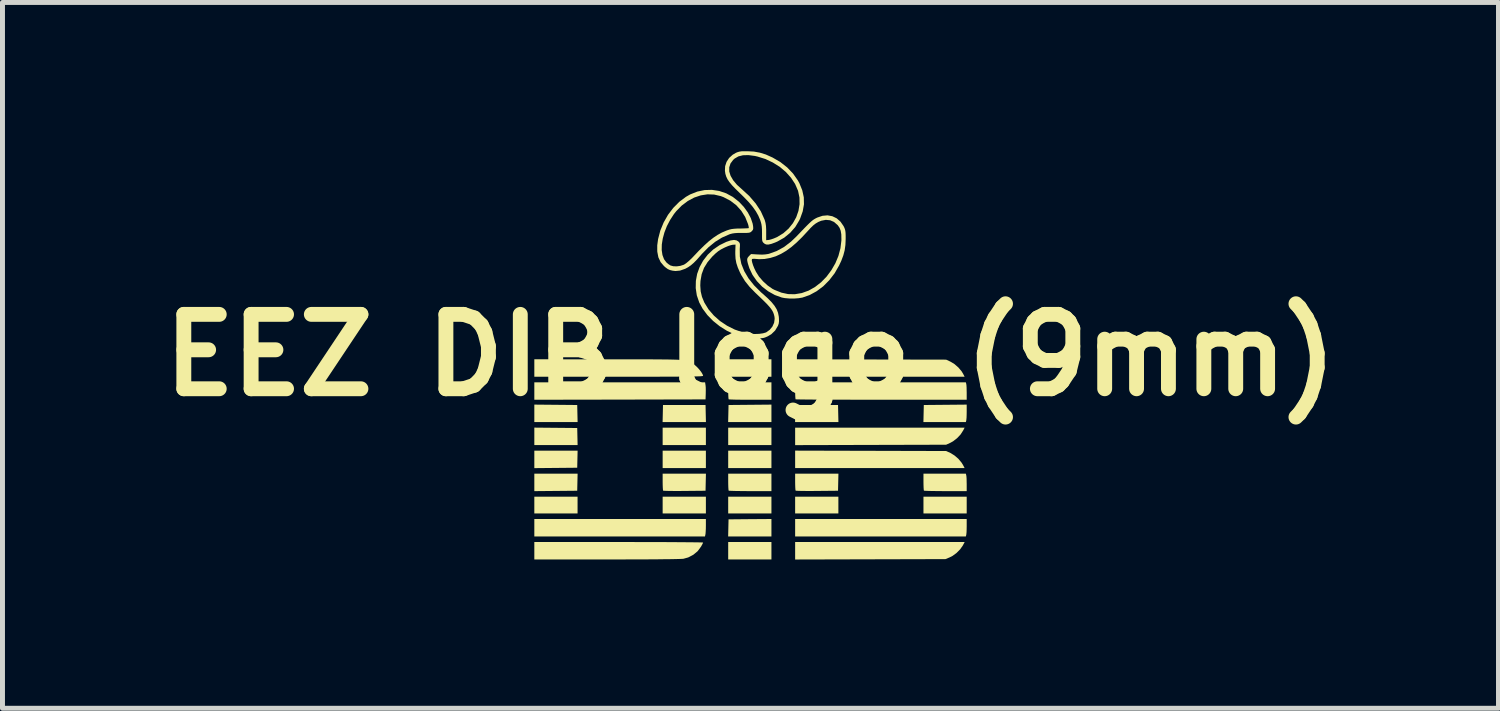
<source format=kicad_pcb>
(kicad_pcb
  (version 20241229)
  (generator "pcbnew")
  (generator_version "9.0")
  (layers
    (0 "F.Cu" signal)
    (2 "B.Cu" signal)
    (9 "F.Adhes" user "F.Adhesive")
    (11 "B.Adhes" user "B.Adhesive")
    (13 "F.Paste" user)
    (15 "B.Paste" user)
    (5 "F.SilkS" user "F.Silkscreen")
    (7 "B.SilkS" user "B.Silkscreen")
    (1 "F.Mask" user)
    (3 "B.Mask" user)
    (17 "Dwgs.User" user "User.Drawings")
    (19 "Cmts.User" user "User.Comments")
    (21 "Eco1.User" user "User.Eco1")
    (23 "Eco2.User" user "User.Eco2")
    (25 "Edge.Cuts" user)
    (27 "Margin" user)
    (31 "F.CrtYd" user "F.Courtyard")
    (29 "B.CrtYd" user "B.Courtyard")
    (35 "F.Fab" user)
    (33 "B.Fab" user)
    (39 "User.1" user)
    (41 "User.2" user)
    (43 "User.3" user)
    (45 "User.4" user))
  (footprint "EEZ DIB logo (9mm)"
    (layer "F.Cu")
    (at 12.086 4.112)
    (property "Reference" "EEZ DIB logo (9mm)" (at 0 0 0) (layer "F.SilkS") (effects (font (size 1.5 1.5) (thickness 0.3))))
    (attr exclude_from_pos_files exclude_from_bom)
    (fp_poly (pts (xy -3.927 1.002) (xy -3.495 1.006) (xy -3.491 1.178) (xy -3.487 1.35) (xy -3.923 1.35) (xy -4.36 1.35) (xy -4.36 1.174) (xy -4.36 0.998)) (stroke (width 0) (type solid)) (fill yes) (layer "F.SilkS"))
    (fp_poly (pts (xy -3.927 1.466) (xy -3.495 1.47) (xy -3.491 1.642) (xy -3.487 1.814) (xy -3.923 1.814) (xy -4.36 1.814) (xy -4.36 1.638) (xy -4.36 1.462)) (stroke (width 0) (type solid)) (fill yes) (layer "F.SilkS"))
    (fp_poly (pts (xy -3.491 2.099) (xy -3.495 2.271) (xy -3.927 2.275) (xy -4.36 2.279) (xy -4.36 2.103) (xy -4.36 1.927) (xy -3.923 1.927) (xy -3.487 1.927)) (stroke (width 0) (type solid)) (fill yes) (layer "F.SilkS"))
    (fp_poly (pts (xy -3.491 2.563) (xy -3.495 2.735) (xy -3.927 2.739) (xy -4.36 2.743) (xy -4.36 2.567) (xy -4.36 2.391) (xy -3.923 2.391) (xy -3.487 2.391)) (stroke (width 0) (type solid)) (fill yes) (layer "F.SilkS"))
    (fp_poly (pts (xy -3.488 3.024) (xy -3.488 3.193) (xy -3.924 3.193) (xy -4.36 3.193) (xy -4.36 3.024) (xy -4.36 2.855) (xy -3.924 2.855) (xy -3.488 2.855)) (stroke (width 0) (type solid)) (fill yes) (layer "F.SilkS"))
    (fp_poly (pts (xy -0.903 1.178) (xy -0.899 1.35) (xy -1.336 1.35) (xy -1.773 1.35) (xy -1.769 1.178) (xy -1.765 1.006) (xy -1.336 1.006) (xy -0.907 1.006)) (stroke (width 0) (type solid)) (fill yes) (layer "F.SilkS"))
    (fp_poly (pts (xy -0.9 1.638) (xy -0.9 1.814) (xy -1.336 1.814) (xy -1.772 1.814) (xy -1.772 1.638) (xy -1.772 1.463) (xy -1.336 1.463) (xy -0.9 1.463)) (stroke (width 0) (type solid)) (fill yes) (layer "F.SilkS"))
    (fp_poly (pts (xy -0.9 2.103) (xy -0.9 2.278) (xy -1.336 2.278) (xy -1.772 2.278) (xy -1.772 2.103) (xy -1.772 1.927) (xy -1.336 1.927) (xy -0.9 1.927)) (stroke (width 0) (type solid)) (fill yes) (layer "F.SilkS"))
    (fp_poly (pts (xy -0.9 3.024) (xy -0.9 3.193) (xy -1.336 3.193) (xy -1.772 3.193) (xy -1.772 3.024) (xy -1.772 2.855) (xy -1.336 2.855) (xy -0.9 2.855)) (stroke (width 0) (type solid)) (fill yes) (layer "F.SilkS"))
    (fp_poly (pts (xy 0.422 0.26) (xy 0.422 0.436) (xy -0.014 0.436) (xy -0.45 0.436) (xy -0.45 0.26) (xy -0.45 0.084) (xy -0.014 0.084) (xy 0.422 0.084)) (stroke (width 0) (type solid)) (fill yes) (layer "F.SilkS"))
    (fp_poly (pts (xy 0.422 1.174) (xy 0.422 1.35) (xy -0.014 1.35) (xy -0.451 1.35) (xy -0.447 1.178) (xy -0.443 1.006) (xy -0.011 1.002) (xy 0.422 0.998)) (stroke (width 0) (type solid)) (fill yes) (layer "F.SilkS"))
    (fp_poly (pts (xy 0.422 1.638) (xy 0.422 1.814) (xy -0.014 1.814) (xy -0.45 1.814) (xy -0.45 1.638) (xy -0.45 1.463) (xy -0.014 1.463) (xy 0.422 1.463)) (stroke (width 0) (type solid)) (fill yes) (layer "F.SilkS"))
    (fp_poly (pts (xy 0.422 2.103) (xy 0.422 2.278) (xy -0.014 2.278) (xy -0.45 2.278) (xy -0.45 2.103) (xy -0.45 1.927) (xy -0.014 1.927) (xy 0.422 1.927)) (stroke (width 0) (type solid)) (fill yes) (layer "F.SilkS"))
    (fp_poly (pts (xy 0.422 3.024) (xy 0.422 3.193) (xy -0.014 3.193) (xy -0.45 3.193) (xy -0.45 3.024) (xy -0.45 2.855) (xy -0.014 2.855) (xy 0.422 2.855)) (stroke (width 0) (type solid)) (fill yes) (layer "F.SilkS"))
    (fp_poly (pts (xy 0.422 3.481) (xy 0.422 3.657) (xy -0.014 3.657) (xy -0.451 3.657) (xy -0.447 3.484) (xy -0.443 3.312) (xy -0.011 3.308) (xy 0.422 3.305)) (stroke (width 0) (type solid)) (fill yes) (layer "F.SilkS"))
    (fp_poly (pts (xy 0.422 3.945) (xy 0.422 4.121) (xy -0.014 4.121) (xy -0.45 4.121) (xy -0.45 3.945) (xy -0.45 3.769) (xy -0.014 3.769) (xy 0.422 3.769)) (stroke (width 0) (type solid)) (fill yes) (layer "F.SilkS"))
    (fp_poly (pts (xy 1.769 1.178) (xy 1.773 1.35) (xy 1.336 1.35) (xy 0.899 1.35) (xy 0.903 1.178) (xy 0.907 1.006) (xy 1.336 1.006) (xy 1.765 1.006)) (stroke (width 0) (type solid)) (fill yes) (layer "F.SilkS"))
    (fp_poly (pts (xy 1.772 3.024) (xy 1.772 3.193) (xy 1.336 3.193) (xy 0.9 3.193) (xy 0.9 3.024) (xy 0.9 2.855) (xy 1.336 2.855) (xy 1.772 2.855)) (stroke (width 0) (type solid)) (fill yes) (layer "F.SilkS"))
    (fp_poly (pts (xy 4.36 3.024) (xy 4.36 3.193) (xy 3.924 3.193) (xy 3.488 3.193) (xy 3.488 3.024) (xy 3.488 2.855) (xy 3.924 2.855) (xy 4.36 2.855)) (stroke (width 0) (type solid)) (fill yes) (layer "F.SilkS"))
    (fp_poly (pts (xy -0.907 0.608) (xy -0.903 0.652) (xy -0.902 0.712) (xy -0.903 0.775) (xy -0.903 0.781) (xy -0.907 0.893) (xy -2.634 0.897) (xy -4.36 0.9) (xy -4.36 0.724) (xy -4.36 0.549) (xy -2.638 0.549) (xy -0.916 0.549)) (stroke (width 0) (type solid)) (fill yes) (layer "F.SilkS"))
    (fp_poly (pts (xy -0.9 3.437) (xy -0.901 3.501) (xy -0.904 3.559) (xy -0.907 3.601) (xy -0.909 3.613) (xy -0.918 3.657) (xy -2.639 3.657) (xy -4.36 3.657) (xy -4.36 3.481) (xy -4.36 3.305) (xy -2.63 3.305) (xy -0.9 3.305)) (stroke (width 0) (type solid)) (fill yes) (layer "F.SilkS"))
    (fp_poly (pts (xy 2.423 0.088) (xy 3.945 0.091) (xy 4.033 0.132) (xy 4.114 0.181) (xy 4.192 0.249) (xy 4.257 0.326) (xy 4.288 0.377) (xy 4.318 0.436) (xy 2.609 0.436) (xy 0.9 0.436) (xy 0.9 0.26) (xy 0.9 0.084)) (stroke (width 0) (type solid)) (fill yes) (layer "F.SilkS"))
    (fp_poly (pts (xy 2.423 1.93) (xy 3.945 1.934) (xy 4.033 1.974) (xy 4.114 2.024) (xy 4.192 2.091) (xy 4.257 2.169) (xy 4.288 2.22) (xy 4.318 2.278) (xy 2.609 2.278) (xy 0.9 2.278) (xy 0.9 2.102) (xy 0.9 1.926)) (stroke (width 0) (type solid)) (fill yes) (layer "F.SilkS"))
    (fp_poly (pts (xy 4.281 3.841) (xy 4.227 3.917) (xy 4.156 3.989) (xy 4.075 4.049) (xy 4.012 4.081) (xy 3.931 4.114) (xy 2.416 4.118) (xy 0.9 4.122) (xy 0.9 3.945) (xy 0.9 3.769) (xy 2.61 3.769) (xy 4.319 3.769)) (stroke (width 0) (type solid)) (fill yes) (layer "F.SilkS"))
    (fp_poly (pts (xy 4.288 1.521) (xy 4.236 1.601) (xy 4.165 1.676) (xy 4.085 1.738) (xy 4.033 1.767) (xy 3.945 1.807) (xy 2.423 1.811) (xy 0.9 1.815) (xy 0.9 1.639) (xy 0.9 1.463) (xy 2.609 1.463) (xy 4.318 1.463)) (stroke (width 0) (type solid)) (fill yes) (layer "F.SilkS"))
    (fp_poly (pts (xy 4.36 1.143) (xy 4.359 1.207) (xy 4.357 1.263) (xy 4.353 1.304) (xy 4.351 1.319) (xy 4.343 1.35) (xy 3.915 1.35) (xy 3.487 1.35) (xy 3.491 1.178) (xy 3.495 1.006) (xy 3.927 1.002) (xy 4.36 0.998)) (stroke (width 0) (type solid)) (fill yes) (layer "F.SilkS"))
    (fp_poly (pts (xy 4.36 3.449) (xy 4.359 3.513) (xy 4.357 3.57) (xy 4.353 3.611) (xy 4.351 3.625) (xy 4.343 3.657) (xy 2.621 3.657) (xy 0.9 3.657) (xy 0.9 3.481) (xy 0.9 3.305) (xy 2.63 3.305) (xy 4.36 3.305)) (stroke (width 0) (type solid)) (fill yes) (layer "F.SilkS"))
    (fp_poly (pts (xy -0.903 2.563) (xy -0.907 2.735) (xy -1.33 2.739) (xy -1.436 2.74) (xy -1.534 2.74) (xy -1.618 2.739) (xy -1.686 2.738) (xy -1.735 2.736) (xy -1.76 2.734) (xy -1.763 2.733) (xy -1.766 2.716) (xy -1.769 2.677) (xy -1.771 2.621) (xy -1.772 2.557) (xy -1.772 2.391) (xy -1.336 2.391) (xy -0.899 2.391)) (stroke (width 0) (type solid)) (fill yes) (layer "F.SilkS"))
    (fp_poly (pts (xy 0.422 0.724) (xy 0.422 0.9) (xy -0.005 0.9) (xy -0.112 0.9) (xy -0.209 0.899) (xy -0.294 0.898) (xy -0.363 0.896) (xy -0.412 0.894) (xy -0.438 0.892) (xy -0.441 0.891) (xy -0.444 0.874) (xy -0.447 0.835) (xy -0.449 0.779) (xy -0.45 0.715) (xy -0.45 0.549) (xy -0.014 0.549) (xy 0.422 0.549)) (stroke (width 0) (type solid)) (fill yes) (layer "F.SilkS"))
    (fp_poly (pts (xy 0.422 2.567) (xy 0.422 2.743) (xy -0.005 2.743) (xy -0.112 2.742) (xy -0.209 2.741) (xy -0.294 2.74) (xy -0.363 2.738) (xy -0.412 2.736) (xy -0.438 2.734) (xy -0.441 2.733) (xy -0.444 2.716) (xy -0.447 2.677) (xy -0.449 2.621) (xy -0.45 2.557) (xy -0.45 2.391) (xy -0.014 2.391) (xy 0.422 2.391)) (stroke (width 0) (type solid)) (fill yes) (layer "F.SilkS"))
    (fp_poly (pts (xy 1.769 2.563) (xy 1.765 2.735) (xy 1.342 2.739) (xy 1.236 2.74) (xy 1.139 2.74) (xy 1.054 2.739) (xy 0.986 2.738) (xy 0.937 2.736) (xy 0.912 2.734) (xy 0.91 2.733) (xy 0.906 2.716) (xy 0.903 2.677) (xy 0.901 2.621) (xy 0.9 2.557) (xy 0.9 2.391) (xy 1.337 2.391) (xy 1.773 2.391)) (stroke (width 0) (type solid)) (fill yes) (layer "F.SilkS"))
    (fp_poly (pts (xy 4.351 2.423) (xy 4.355 2.45) (xy 4.358 2.497) (xy 4.359 2.558) (xy 4.36 2.598) (xy 4.36 2.743) (xy 3.933 2.743) (xy 3.826 2.742) (xy 3.729 2.741) (xy 3.644 2.74) (xy 3.575 2.738) (xy 3.526 2.736) (xy 3.5 2.734) (xy 3.497 2.733) (xy 3.494 2.716) (xy 3.491 2.677) (xy 3.489 2.621) (xy 3.488 2.557) (xy 3.488 2.391) (xy 3.915 2.391) (xy 4.343 2.391)) (stroke (width 0) (type solid)) (fill yes) (layer "F.SilkS"))
    (fp_poly (pts (xy 4.351 0.58) (xy 4.355 0.607) (xy 4.358 0.655) (xy 4.359 0.715) (xy 4.36 0.756) (xy 4.36 0.9) (xy 2.639 0.9) (xy 2.422 0.9) (xy 2.212 0.9) (xy 2.011 0.899) (xy 1.822 0.899) (xy 1.646 0.898) (xy 1.485 0.898) (xy 1.34 0.897) (xy 1.213 0.896) (xy 1.106 0.895) (xy 1.02 0.894) (xy 0.958 0.893) (xy 0.92 0.892) (xy 0.909 0.891) (xy 0.906 0.874) (xy 0.903 0.835) (xy 0.901 0.779) (xy 0.9 0.715) (xy 0.9 0.549) (xy 2.621 0.549) (xy 4.343 0.549)) (stroke (width 0) (type solid)) (fill yes) (layer "F.SilkS"))
    (fp_poly (pts (xy -2.442 3.769) (xy -2.234 3.77) (xy -2.035 3.77) (xy -1.848 3.77) (xy -1.673 3.771) (xy -1.514 3.772) (xy -1.371 3.773) (xy -1.247 3.774) (xy -1.142 3.775) (xy -1.059 3.776) (xy -0.999 3.777) (xy -0.965 3.779) (xy -0.956 3.78) (xy -0.963 3.797) (xy -0.98 3.83) (xy -0.998 3.862) (xy -1.065 3.953) (xy -1.153 4.026) (xy -1.256 4.08) (xy -1.353 4.107) (xy -1.379 4.109) (xy -1.431 4.111) (xy -1.508 4.113) (xy -1.61 4.115) (xy -1.734 4.116) (xy -1.879 4.118) (xy -2.044 4.119) (xy -2.228 4.12) (xy -2.428 4.12) (xy -2.644 4.121) (xy -2.875 4.121) (xy -2.892 4.121) (xy -4.36 4.121) (xy -4.36 3.945) (xy -4.36 3.769) (xy -2.658 3.769)) (stroke (width 0) (type solid)) (fill yes) (layer "F.SilkS"))
    (fp_poly (pts (xy -2.873 0.085) (xy -2.629 0.085) (xy -2.412 0.085) (xy -2.22 0.085) (xy -2.052 0.085) (xy -1.904 0.086) (xy -1.777 0.087) (xy -1.667 0.088) (xy -1.575 0.09) (xy -1.497 0.092) (xy -1.432 0.095) (xy -1.379 0.099) (xy -1.336 0.104) (xy -1.301 0.109) (xy -1.273 0.115) (xy -1.249 0.122) (xy -1.229 0.131) (xy -1.211 0.14) (xy -1.192 0.151) (xy -1.178 0.159) (xy -1.131 0.193) (xy -1.081 0.238) (xy -1.034 0.289) (xy -0.994 0.34) (xy -0.967 0.385) (xy -0.956 0.418) (xy -0.956 0.418) (xy -0.961 0.421) (xy -0.977 0.423) (xy -1.004 0.426) (xy -1.044 0.428) (xy -1.098 0.429) (xy -1.168 0.431) (xy -1.255 0.432) (xy -1.36 0.433) (xy -1.485 0.434) (xy -1.63 0.435) (xy -1.797 0.435) (xy -1.988 0.436) (xy -2.203 0.436) (xy -2.444 0.436) (xy -2.658 0.436) (xy -4.36 0.436) (xy -4.36 0.26) (xy -4.36 0.084)) (stroke (width 0) (type solid)) (fill yes) (layer "F.SilkS"))
    (fp_poly (pts (xy -0.063 -4.112) (xy 0.069 -4.105) (xy 0.189 -4.083) (xy 0.309 -4.046) (xy 0.436 -3.989) (xy 0.443 -3.986) (xy 0.6 -3.895) (xy 0.739 -3.786) (xy 0.857 -3.663) (xy 0.952 -3.528) (xy 0.986 -3.467) (xy 1.044 -3.323) (xy 1.075 -3.182) (xy 1.078 -3.041) (xy 1.053 -2.9) (xy 1.001 -2.755) (xy 0.983 -2.717) (xy 0.903 -2.584) (xy 0.8 -2.467) (xy 0.679 -2.368) (xy 0.542 -2.291) (xy 0.496 -2.271) (xy 0.422 -2.244) (xy 0.367 -2.231) (xy 0.325 -2.23) (xy 0.292 -2.241) (xy 0.272 -2.256) (xy 0.255 -2.271) (xy 0.244 -2.287) (xy 0.237 -2.308) (xy 0.233 -2.341) (xy 0.232 -2.391) (xy 0.232 -2.457) (xy 0.231 -2.534) (xy 0.227 -2.592) (xy 0.22 -2.64) (xy 0.208 -2.685) (xy 0.195 -2.725) (xy 0.157 -2.814) (xy 0.108 -2.901) (xy 0.045 -2.99) (xy -0.034 -3.084) (xy -0.133 -3.187) (xy -0.211 -3.263) (xy -0.301 -3.351) (xy -0.372 -3.425) (xy -0.425 -3.489) (xy -0.464 -3.546) (xy -0.49 -3.601) (xy -0.507 -3.657) (xy -0.516 -3.718) (xy -0.513 -3.788) (xy -0.429 -3.788) (xy -0.429 -3.704) (xy -0.402 -3.617) (xy -0.35 -3.527) (xy -0.273 -3.435) (xy -0.18 -3.351) (xy -0.025 -3.209) (xy 0.104 -3.059) (xy 0.207 -2.902) (xy 0.282 -2.737) (xy 0.29 -2.714) (xy 0.303 -2.664) (xy 0.312 -2.606) (xy 0.316 -2.531) (xy 0.316 -2.477) (xy 0.316 -2.318) (xy 0.375 -2.324) (xy 0.415 -2.334) (xy 0.47 -2.353) (xy 0.529 -2.378) (xy 0.541 -2.384) (xy 0.663 -2.459) (xy 0.768 -2.552) (xy 0.855 -2.661) (xy 0.922 -2.781) (xy 0.967 -2.91) (xy 0.989 -3.044) (xy 0.987 -3.179) (xy 0.959 -3.313) (xy 0.957 -3.318) (xy 0.899 -3.452) (xy 0.816 -3.578) (xy 0.712 -3.694) (xy 0.59 -3.797) (xy 0.451 -3.884) (xy 0.301 -3.955) (xy 0.14 -4.005) (xy 0.087 -4.017) (xy -0.042 -4.034) (xy -0.152 -4.031) (xy -0.244 -4.008) (xy -0.319 -3.965) (xy -0.35 -3.937) (xy -0.403 -3.866) (xy -0.429 -3.788) (xy -0.513 -3.788) (xy -0.512 -3.81) (xy -0.483 -3.898) (xy -0.431 -3.977) (xy -0.359 -4.042) (xy -0.292 -4.081) (xy -0.254 -4.096) (xy -0.218 -4.105) (xy -0.176 -4.111) (xy -0.119 -4.112)) (stroke (width 0) (type solid)) (fill yes) (layer "F.SilkS"))
    (fp_poly (pts (xy -0.279 -2.313) (xy -0.244 -2.291) (xy -0.227 -2.273) (xy -0.217 -2.255) (xy -0.213 -2.23) (xy -0.214 -2.19) (xy -0.217 -2.137) (xy -0.215 -1.988) (xy -0.185 -1.84) (xy -0.126 -1.693) (xy -0.041 -1.549) (xy 0.072 -1.407) (xy 0.212 -1.267) (xy 0.246 -1.238) (xy 0.347 -1.147) (xy 0.426 -1.067) (xy 0.485 -0.994) (xy 0.528 -0.924) (xy 0.555 -0.853) (xy 0.57 -0.779) (xy 0.573 -0.747) (xy 0.575 -0.684) (xy 0.569 -0.636) (xy 0.553 -0.59) (xy 0.552 -0.589) (xy 0.497 -0.497) (xy 0.42 -0.422) (xy 0.345 -0.378) (xy 0.304 -0.36) (xy 0.269 -0.348) (xy 0.231 -0.342) (xy 0.182 -0.339) (xy 0.114 -0.339) (xy 0.105 -0.339) (xy -0.042 -0.347) (xy -0.161 -0.367) (xy -0.321 -0.418) (xy -0.476 -0.491) (xy -0.622 -0.583) (xy -0.755 -0.69) (xy -0.871 -0.809) (xy -0.967 -0.938) (xy -1.034 -1.062) (xy -1.083 -1.205) (xy -1.105 -1.351) (xy -1.104 -1.406) (xy -1.013 -1.406) (xy -1.005 -1.286) (xy -0.979 -1.176) (xy -0.933 -1.064) (xy -0.928 -1.055) (xy -0.846 -0.922) (xy -0.74 -0.799) (xy -0.615 -0.688) (xy -0.473 -0.593) (xy -0.319 -0.516) (xy -0.156 -0.459) (xy -0.084 -0.442) (xy -0.001 -0.43) (xy 0.088 -0.426) (xy 0.175 -0.429) (xy 0.252 -0.44) (xy 0.311 -0.457) (xy 0.319 -0.461) (xy 0.388 -0.511) (xy 0.442 -0.577) (xy 0.476 -0.653) (xy 0.487 -0.732) (xy 0.484 -0.771) (xy 0.474 -0.813) (xy 0.461 -0.853) (xy 0.442 -0.892) (xy 0.415 -0.933) (xy 0.377 -0.98) (xy 0.327 -1.035) (xy 0.262 -1.1) (xy 0.18 -1.179) (xy 0.096 -1.259) (xy -0.018 -1.376) (xy -0.111 -1.492) (xy -0.186 -1.614) (xy -0.213 -1.667) (xy -0.257 -1.768) (xy -0.286 -1.857) (xy -0.302 -1.944) (xy -0.307 -2.04) (xy -0.307 -2.089) (xy -0.302 -2.229) (xy -0.357 -2.226) (xy -0.395 -2.218) (xy -0.448 -2.201) (xy -0.507 -2.176) (xy -0.533 -2.164) (xy -0.598 -2.13) (xy -0.652 -2.095) (xy -0.705 -2.051) (xy -0.766 -1.992) (xy -0.767 -1.992) (xy -0.865 -1.877) (xy -0.938 -1.759) (xy -0.985 -1.633) (xy -1.009 -1.496) (xy -1.013 -1.406) (xy -1.104 -1.406) (xy -1.102 -1.497) (xy -1.076 -1.639) (xy -1.026 -1.777) (xy -0.955 -1.906) (xy -0.863 -2.025) (xy -0.752 -2.13) (xy -0.623 -2.218) (xy -0.488 -2.284) (xy -0.401 -2.313) (xy -0.332 -2.323)) (stroke (width 0) (type solid)) (fill yes) (layer "F.SilkS"))
    (fp_poly (pts (xy -0.632 -3.311) (xy -0.49 -3.263) (xy -0.356 -3.19) (xy -0.232 -3.092) (xy -0.134 -2.988) (xy -0.054 -2.877) (xy 0.006 -2.763) (xy 0.043 -2.652) (xy 0.052 -2.601) (xy 0.055 -2.557) (xy 0.049 -2.529) (xy 0.03 -2.504) (xy 0.025 -2.499) (xy 0.008 -2.484) (xy -0.009 -2.474) (xy -0.034 -2.468) (xy -0.071 -2.465) (xy -0.126 -2.464) (xy -0.177 -2.464) (xy -0.257 -2.464) (xy -0.317 -2.46) (xy -0.365 -2.453) (xy -0.409 -2.442) (xy -0.428 -2.435) (xy -0.576 -2.37) (xy -0.715 -2.284) (xy -0.849 -2.174) (xy -0.981 -2.04) (xy -1.005 -2.012) (xy -1.08 -1.927) (xy -1.145 -1.861) (xy -1.203 -1.811) (xy -1.258 -1.773) (xy -1.315 -1.742) (xy -1.323 -1.739) (xy -1.421 -1.705) (xy -1.513 -1.696) (xy -1.571 -1.703) (xy -1.625 -1.716) (xy -1.669 -1.736) (xy -1.714 -1.769) (xy -1.746 -1.797) (xy -1.813 -1.876) (xy -1.858 -1.972) (xy -1.88 -2.085) (xy -1.881 -2.119) (xy -1.791 -2.119) (xy -1.776 -2.019) (xy -1.744 -1.934) (xy -1.696 -1.869) (xy -1.657 -1.836) (xy -1.614 -1.808) (xy -1.614 -1.808) (xy -1.559 -1.793) (xy -1.49 -1.79) (xy -1.416 -1.8) (xy -1.348 -1.822) (xy -1.336 -1.828) (xy -1.298 -1.853) (xy -1.249 -1.894) (xy -1.194 -1.945) (xy -1.16 -1.98) (xy -1.041 -2.106) (xy -0.935 -2.21) (xy -0.839 -2.297) (xy -0.75 -2.367) (xy -0.665 -2.424) (xy -0.582 -2.47) (xy -0.496 -2.507) (xy -0.476 -2.515) (xy -0.424 -2.532) (xy -0.377 -2.543) (xy -0.325 -2.549) (xy -0.26 -2.553) (xy -0.207 -2.553) (xy -0.142 -2.555) (xy -0.088 -2.557) (xy -0.05 -2.559) (xy -0.035 -2.562) (xy -0.035 -2.578) (xy -0.042 -2.613) (xy -0.051 -2.645) (xy -0.107 -2.785) (xy -0.186 -2.911) (xy -0.286 -3.022) (xy -0.406 -3.114) (xy -0.542 -3.185) (xy -0.599 -3.207) (xy -0.732 -3.238) (xy -0.867 -3.243) (xy -1.003 -3.222) (xy -1.137 -3.177) (xy -1.265 -3.108) (xy -1.386 -3.017) (xy -1.496 -2.905) (xy -1.544 -2.845) (xy -1.622 -2.725) (xy -1.687 -2.601) (xy -1.736 -2.475) (xy -1.77 -2.35) (xy -1.789 -2.231) (xy -1.791 -2.119) (xy -1.881 -2.119) (xy -1.881 -2.215) (xy -1.864 -2.34) (xy -1.819 -2.512) (xy -1.751 -2.677) (xy -1.663 -2.831) (xy -1.557 -2.97) (xy -1.436 -3.092) (xy -1.301 -3.193) (xy -1.217 -3.241) (xy -1.073 -3.298) (xy -0.926 -3.329) (xy -0.778 -3.333)) (stroke (width 0) (type solid)) (fill yes) (layer "F.SilkS"))
    (fp_poly (pts (xy 1.651 -2.801) (xy 1.738 -2.759) (xy 1.814 -2.692) (xy 1.876 -2.603) (xy 1.89 -2.575) (xy 1.903 -2.543) (xy 1.912 -2.508) (xy 1.917 -2.465) (xy 1.919 -2.407) (xy 1.919 -2.342) (xy 1.914 -2.222) (xy 1.899 -2.115) (xy 1.872 -2.012) (xy 1.831 -1.903) (xy 1.786 -1.807) (xy 1.696 -1.65) (xy 1.588 -1.51) (xy 1.467 -1.388) (xy 1.333 -1.288) (xy 1.191 -1.211) (xy 1.048 -1.161) (xy 0.972 -1.148) (xy 0.879 -1.141) (xy 0.782 -1.142) (xy 0.692 -1.15) (xy 0.633 -1.161) (xy 0.491 -1.212) (xy 0.357 -1.287) (xy 0.235 -1.381) (xy 0.128 -1.493) (xy 0.041 -1.617) (xy -0.023 -1.752) (xy -0.035 -1.789) (xy -0.056 -1.857) (xy -0.066 -1.904) (xy -0.066 -1.914) (xy 0.025 -1.914) (xy 0.033 -1.872) (xy 0.051 -1.814) (xy 0.078 -1.747) (xy 0.11 -1.681) (xy 0.171 -1.584) (xy 0.253 -1.489) (xy 0.346 -1.404) (xy 0.444 -1.336) (xy 0.483 -1.316) (xy 0.623 -1.26) (xy 0.758 -1.231) (xy 0.892 -1.228) (xy 1.03 -1.251) (xy 1.035 -1.252) (xy 1.172 -1.301) (xy 1.302 -1.375) (xy 1.424 -1.47) (xy 1.534 -1.583) (xy 1.63 -1.712) (xy 1.711 -1.852) (xy 1.773 -2.001) (xy 1.814 -2.156) (xy 1.833 -2.313) (xy 1.833 -2.342) (xy 1.831 -2.435) (xy 1.819 -2.508) (xy 1.796 -2.567) (xy 1.76 -2.619) (xy 1.754 -2.625) (xy 1.684 -2.686) (xy 1.605 -2.72) (xy 1.518 -2.728) (xy 1.426 -2.71) (xy 1.366 -2.685) (xy 1.315 -2.655) (xy 1.266 -2.617) (xy 1.211 -2.564) (xy 1.171 -2.52) (xy 1.045 -2.384) (xy 0.93 -2.271) (xy 0.822 -2.178) (xy 0.719 -2.103) (xy 0.617 -2.043) (xy 0.515 -1.996) (xy 0.511 -1.994) (xy 0.399 -1.96) (xy 0.283 -1.939) (xy 0.173 -1.935) (xy 0.123 -1.939) (xy 0.074 -1.943) (xy 0.04 -1.941) (xy 0.03 -1.937) (xy 0.025 -1.914) (xy -0.066 -1.914) (xy -0.067 -1.938) (xy -0.057 -1.965) (xy -0.037 -1.99) (xy -0.03 -1.998) (xy 0.011 -2.038) (xy 0.15 -2.03) (xy 0.232 -2.027) (xy 0.298 -2.031) (xy 0.357 -2.04) (xy 0.379 -2.046) (xy 0.527 -2.099) (xy 0.673 -2.179) (xy 0.814 -2.286) (xy 0.928 -2.395) (xy 1.016 -2.487) (xy 1.087 -2.561) (xy 1.144 -2.619) (xy 1.19 -2.664) (xy 1.227 -2.698) (xy 1.259 -2.724) (xy 1.288 -2.743) (xy 1.316 -2.759) (xy 1.346 -2.774) (xy 1.452 -2.81) (xy 1.554 -2.819)) (stroke (width 0) (type solid)) (fill yes) (layer "F.SilkS")))
  (gr_rect
    (start -3 -3)
    (end 27.171 11.234)
    (stroke (width 0.1) (type default))
    (fill no)
    (layer "Edge.Cuts")))
</source>
